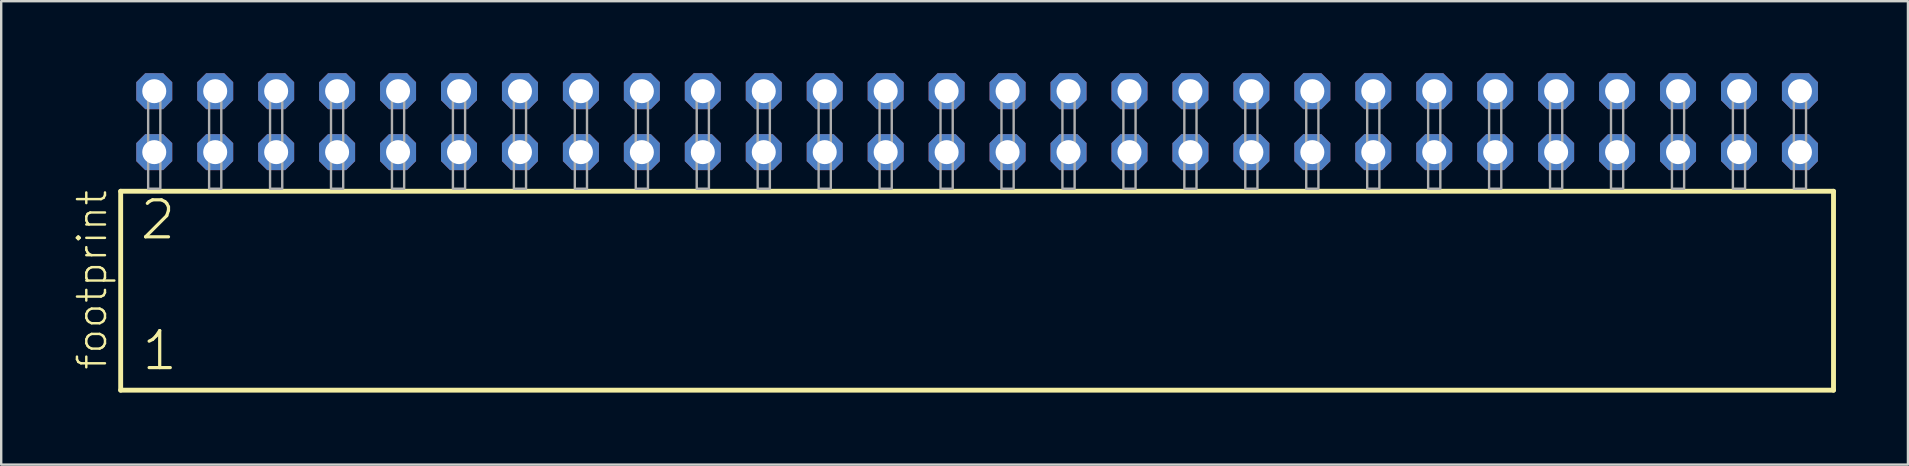
<source format=kicad_pcb>
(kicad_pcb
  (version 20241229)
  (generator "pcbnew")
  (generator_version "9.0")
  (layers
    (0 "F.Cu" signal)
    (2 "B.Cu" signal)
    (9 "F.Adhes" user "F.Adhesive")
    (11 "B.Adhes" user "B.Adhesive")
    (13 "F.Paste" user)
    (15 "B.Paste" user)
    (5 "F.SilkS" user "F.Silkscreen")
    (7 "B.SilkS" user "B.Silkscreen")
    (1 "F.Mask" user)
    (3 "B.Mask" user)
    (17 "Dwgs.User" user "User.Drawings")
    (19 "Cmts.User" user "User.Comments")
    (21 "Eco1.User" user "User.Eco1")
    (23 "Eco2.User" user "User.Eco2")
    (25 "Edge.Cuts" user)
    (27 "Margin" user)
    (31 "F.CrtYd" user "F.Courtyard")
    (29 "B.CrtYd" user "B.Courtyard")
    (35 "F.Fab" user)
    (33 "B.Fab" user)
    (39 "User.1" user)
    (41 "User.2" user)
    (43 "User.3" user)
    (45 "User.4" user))
  (footprint "footprint"
    (layer "F.Cu")
    (at 37.668 4.814)
    (property "Reference" "footprint" (at -36.195 7.62 90) (layer "F.SilkS") (effects (font (size 1.168 1.168) (thickness 0.102)) (justify left bottom)))
    (fp_line (start -35.689 0.106) (end -35.689 8.396) (stroke (width 0.203) (type solid)) (layer "F.SilkS"))
    (fp_line (start -35.689 8.396) (end 35.689 8.396) (stroke (width 0.203) (type solid)) (layer "F.SilkS"))
    (fp_line (start 35.689 0.106) (end -35.689 0.106) (stroke (width 0.203) (type solid)) (layer "F.SilkS"))
    (fp_line (start 35.689 8.396) (end 35.689 0.106) (stroke (width 0.203) (type solid)) (layer "F.SilkS"))
    (fp_poly (pts (xy -34.544 0) (xy -34.036 0) (xy -34.036 -4.318) (xy -34.544 -4.318)) (stroke (width 0.1) (type solid)) (fill no) (layer "F.Fab"))
    (fp_poly (pts (xy -32.004 0) (xy -31.496 0) (xy -31.496 -4.318) (xy -32.004 -4.318)) (stroke (width 0.1) (type solid)) (fill no) (layer "F.Fab"))
    (fp_poly (pts (xy -29.464 0) (xy -28.956 0) (xy -28.956 -4.318) (xy -29.464 -4.318)) (stroke (width 0.1) (type solid)) (fill no) (layer "F.Fab"))
    (fp_poly (pts (xy -26.924 0) (xy -26.416 0) (xy -26.416 -4.318) (xy -26.924 -4.318)) (stroke (width 0.1) (type solid)) (fill no) (layer "F.Fab"))
    (fp_poly (pts (xy -24.384 0) (xy -23.876 0) (xy -23.876 -4.318) (xy -24.384 -4.318)) (stroke (width 0.1) (type solid)) (fill no) (layer "F.Fab"))
    (fp_poly (pts (xy -21.844 0) (xy -21.336 0) (xy -21.336 -4.318) (xy -21.844 -4.318)) (stroke (width 0.1) (type solid)) (fill no) (layer "F.Fab"))
    (fp_poly (pts (xy -19.304 0) (xy -18.796 0) (xy -18.796 -4.318) (xy -19.304 -4.318)) (stroke (width 0.1) (type solid)) (fill no) (layer "F.Fab"))
    (fp_poly (pts (xy -16.764 0) (xy -16.256 0) (xy -16.256 -4.318) (xy -16.764 -4.318)) (stroke (width 0.1) (type solid)) (fill no) (layer "F.Fab"))
    (fp_poly (pts (xy -14.224 0) (xy -13.716 0) (xy -13.716 -4.318) (xy -14.224 -4.318)) (stroke (width 0.1) (type solid)) (fill no) (layer "F.Fab"))
    (fp_poly (pts (xy -11.684 0) (xy -11.176 0) (xy -11.176 -4.318) (xy -11.684 -4.318)) (stroke (width 0.1) (type solid)) (fill no) (layer "F.Fab"))
    (fp_poly (pts (xy -9.144 0) (xy -8.636 0) (xy -8.636 -4.318) (xy -9.144 -4.318)) (stroke (width 0.1) (type solid)) (fill no) (layer "F.Fab"))
    (fp_poly (pts (xy -6.604 0) (xy -6.096 0) (xy -6.096 -4.318) (xy -6.604 -4.318)) (stroke (width 0.1) (type solid)) (fill no) (layer "F.Fab"))
    (fp_poly (pts (xy -4.064 0) (xy -3.556 0) (xy -3.556 -4.318) (xy -4.064 -4.318)) (stroke (width 0.1) (type solid)) (fill no) (layer "F.Fab"))
    (fp_poly (pts (xy -1.524 0) (xy -1.016 0) (xy -1.016 -4.318) (xy -1.524 -4.318)) (stroke (width 0.1) (type solid)) (fill no) (layer "F.Fab"))
    (fp_poly (pts (xy 1.016 0) (xy 1.524 0) (xy 1.524 -4.318) (xy 1.016 -4.318)) (stroke (width 0.1) (type solid)) (fill no) (layer "F.Fab"))
    (fp_poly (pts (xy 3.556 0) (xy 4.064 0) (xy 4.064 -4.318) (xy 3.556 -4.318)) (stroke (width 0.1) (type solid)) (fill no) (layer "F.Fab"))
    (fp_poly (pts (xy 6.096 0) (xy 6.604 0) (xy 6.604 -4.318) (xy 6.096 -4.318)) (stroke (width 0.1) (type solid)) (fill no) (layer "F.Fab"))
    (fp_poly (pts (xy 8.636 0) (xy 9.144 0) (xy 9.144 -4.318) (xy 8.636 -4.318)) (stroke (width 0.1) (type solid)) (fill no) (layer "F.Fab"))
    (fp_poly (pts (xy 11.176 0) (xy 11.684 0) (xy 11.684 -4.318) (xy 11.176 -4.318)) (stroke (width 0.1) (type solid)) (fill no) (layer "F.Fab"))
    (fp_poly (pts (xy 13.716 0) (xy 14.224 0) (xy 14.224 -4.318) (xy 13.716 -4.318)) (stroke (width 0.1) (type solid)) (fill no) (layer "F.Fab"))
    (fp_poly (pts (xy 16.256 0) (xy 16.764 0) (xy 16.764 -4.318) (xy 16.256 -4.318)) (stroke (width 0.1) (type solid)) (fill no) (layer "F.Fab"))
    (fp_poly (pts (xy 18.796 0) (xy 19.304 0) (xy 19.304 -4.318) (xy 18.796 -4.318)) (stroke (width 0.1) (type solid)) (fill no) (layer "F.Fab"))
    (fp_poly (pts (xy 21.336 0) (xy 21.844 0) (xy 21.844 -4.318) (xy 21.336 -4.318)) (stroke (width 0.1) (type solid)) (fill no) (layer "F.Fab"))
    (fp_poly (pts (xy 23.876 0) (xy 24.384 0) (xy 24.384 -4.318) (xy 23.876 -4.318)) (stroke (width 0.1) (type solid)) (fill no) (layer "F.Fab"))
    (fp_poly (pts (xy 26.416 0) (xy 26.924 0) (xy 26.924 -4.318) (xy 26.416 -4.318)) (stroke (width 0.1) (type solid)) (fill no) (layer "F.Fab"))
    (fp_poly (pts (xy 28.956 0) (xy 29.464 0) (xy 29.464 -4.318) (xy 28.956 -4.318)) (stroke (width 0.1) (type solid)) (fill no) (layer "F.Fab"))
    (fp_poly (pts (xy 31.496 0) (xy 32.004 0) (xy 32.004 -4.318) (xy 31.496 -4.318)) (stroke (width 0.1) (type solid)) (fill no) (layer "F.Fab"))
    (fp_poly (pts (xy 34.036 0) (xy 34.544 0) (xy 34.544 -4.318) (xy 34.036 -4.318)) (stroke (width 0.1) (type solid)) (fill no) (layer "F.Fab"))
    (fp_text user "1" (at -34.885 7.65 0) (layer "F.SilkS") (effects (font (size 1.542 1.542) (thickness 0.134)) (justify left bottom)))
    (fp_text user "2" (at -34.96 2.2 0) (layer "F.SilkS") (effects (font (size 1.542 1.542) (thickness 0.134)) (justify left bottom)))
    (pad "1" thru_hole roundrect (at -34.29 -1.524) (size 1.5 1.5) (drill 1) (layers "*.Cu" "*.Mask") (roundrect_rratio 0.25) (chamfer_ratio 0.25) (chamfer top_left top_right bottom_left bottom_right))
    (pad "2" thru_hole roundrect (at -34.29 -4.064) (size 1.5 1.5) (drill 1) (layers "*.Cu" "*.Mask") (roundrect_rratio 0.25) (chamfer_ratio 0.25) (chamfer top_left top_right bottom_left bottom_right))
    (pad "3" thru_hole roundrect (at -31.75 -1.524) (size 1.5 1.5) (drill 1) (layers "*.Cu" "*.Mask") (roundrect_rratio 0.25) (chamfer_ratio 0.25) (chamfer top_left top_right bottom_left bottom_right))
    (pad "4" thru_hole roundrect (at -31.75 -4.064) (size 1.5 1.5) (drill 1) (layers "*.Cu" "*.Mask") (roundrect_rratio 0.25) (chamfer_ratio 0.25) (chamfer top_left top_right bottom_left bottom_right))
    (pad "5" thru_hole roundrect (at -29.21 -1.524) (size 1.5 1.5) (drill 1) (layers "*.Cu" "*.Mask") (roundrect_rratio 0.25) (chamfer_ratio 0.25) (chamfer top_left top_right bottom_left bottom_right))
    (pad "6" thru_hole roundrect (at -29.21 -4.064) (size 1.5 1.5) (drill 1) (layers "*.Cu" "*.Mask") (roundrect_rratio 0.25) (chamfer_ratio 0.25) (chamfer top_left top_right bottom_left bottom_right))
    (pad "7" thru_hole roundrect (at -26.67 -1.524) (size 1.5 1.5) (drill 1) (layers "*.Cu" "*.Mask") (roundrect_rratio 0.25) (chamfer_ratio 0.25) (chamfer top_left top_right bottom_left bottom_right))
    (pad "8" thru_hole roundrect (at -26.67 -4.064) (size 1.5 1.5) (drill 1) (layers "*.Cu" "*.Mask") (roundrect_rratio 0.25) (chamfer_ratio 0.25) (chamfer top_left top_right bottom_left bottom_right))
    (pad "9" thru_hole roundrect (at -24.13 -1.524) (size 1.5 1.5) (drill 1) (layers "*.Cu" "*.Mask") (roundrect_rratio 0.25) (chamfer_ratio 0.25) (chamfer top_left top_right bottom_left bottom_right))
    (pad "10" thru_hole roundrect (at -24.13 -4.064) (size 1.5 1.5) (drill 1) (layers "*.Cu" "*.Mask") (roundrect_rratio 0.25) (chamfer_ratio 0.25) (chamfer top_left top_right bottom_left bottom_right))
    (pad "11" thru_hole roundrect (at -21.59 -1.524) (size 1.5 1.5) (drill 1) (layers "*.Cu" "*.Mask") (roundrect_rratio 0.25) (chamfer_ratio 0.25) (chamfer top_left top_right bottom_left bottom_right))
    (pad "12" thru_hole roundrect (at -21.59 -4.064) (size 1.5 1.5) (drill 1) (layers "*.Cu" "*.Mask") (roundrect_rratio 0.25) (chamfer_ratio 0.25) (chamfer top_left top_right bottom_left bottom_right))
    (pad "13" thru_hole roundrect (at -19.05 -1.524) (size 1.5 1.5) (drill 1) (layers "*.Cu" "*.Mask") (roundrect_rratio 0.25) (chamfer_ratio 0.25) (chamfer top_left top_right bottom_left bottom_right))
    (pad "14" thru_hole roundrect (at -19.05 -4.064) (size 1.5 1.5) (drill 1) (layers "*.Cu" "*.Mask") (roundrect_rratio 0.25) (chamfer_ratio 0.25) (chamfer top_left top_right bottom_left bottom_right))
    (pad "15" thru_hole roundrect (at -16.51 -1.524) (size 1.5 1.5) (drill 1) (layers "*.Cu" "*.Mask") (roundrect_rratio 0.25) (chamfer_ratio 0.25) (chamfer top_left top_right bottom_left bottom_right))
    (pad "16" thru_hole roundrect (at -16.51 -4.064) (size 1.5 1.5) (drill 1) (layers "*.Cu" "*.Mask") (roundrect_rratio 0.25) (chamfer_ratio 0.25) (chamfer top_left top_right bottom_left bottom_right))
    (pad "17" thru_hole roundrect (at -13.97 -1.524) (size 1.5 1.5) (drill 1) (layers "*.Cu" "*.Mask") (roundrect_rratio 0.25) (chamfer_ratio 0.25) (chamfer top_left top_right bottom_left bottom_right))
    (pad "18" thru_hole roundrect (at -13.97 -4.064) (size 1.5 1.5) (drill 1) (layers "*.Cu" "*.Mask") (roundrect_rratio 0.25) (chamfer_ratio 0.25) (chamfer top_left top_right bottom_left bottom_right))
    (pad "19" thru_hole roundrect (at -11.43 -1.524) (size 1.5 1.5) (drill 1) (layers "*.Cu" "*.Mask") (roundrect_rratio 0.25) (chamfer_ratio 0.25) (chamfer top_left top_right bottom_left bottom_right))
    (pad "20" thru_hole roundrect (at -11.43 -4.064) (size 1.5 1.5) (drill 1) (layers "*.Cu" "*.Mask") (roundrect_rratio 0.25) (chamfer_ratio 0.25) (chamfer top_left top_right bottom_left bottom_right))
    (pad "21" thru_hole roundrect (at -8.89 -1.524) (size 1.5 1.5) (drill 1) (layers "*.Cu" "*.Mask") (roundrect_rratio 0.25) (chamfer_ratio 0.25) (chamfer top_left top_right bottom_left bottom_right))
    (pad "22" thru_hole roundrect (at -8.89 -4.064) (size 1.5 1.5) (drill 1) (layers "*.Cu" "*.Mask") (roundrect_rratio 0.25) (chamfer_ratio 0.25) (chamfer top_left top_right bottom_left bottom_right))
    (pad "23" thru_hole roundrect (at -6.35 -1.524) (size 1.5 1.5) (drill 1) (layers "*.Cu" "*.Mask") (roundrect_rratio 0.25) (chamfer_ratio 0.25) (chamfer top_left top_right bottom_left bottom_right))
    (pad "24" thru_hole roundrect (at -6.35 -4.064) (size 1.5 1.5) (drill 1) (layers "*.Cu" "*.Mask") (roundrect_rratio 0.25) (chamfer_ratio 0.25) (chamfer top_left top_right bottom_left bottom_right))
    (pad "25" thru_hole roundrect (at -3.81 -1.524) (size 1.5 1.5) (drill 1) (layers "*.Cu" "*.Mask") (roundrect_rratio 0.25) (chamfer_ratio 0.25) (chamfer top_left top_right bottom_left bottom_right))
    (pad "26" thru_hole roundrect (at -3.81 -4.064) (size 1.5 1.5) (drill 1) (layers "*.Cu" "*.Mask") (roundrect_rratio 0.25) (chamfer_ratio 0.25) (chamfer top_left top_right bottom_left bottom_right))
    (pad "27" thru_hole roundrect (at -1.27 -1.524) (size 1.5 1.5) (drill 1) (layers "*.Cu" "*.Mask") (roundrect_rratio 0.25) (chamfer_ratio 0.25) (chamfer top_left top_right bottom_left bottom_right))
    (pad "28" thru_hole roundrect (at -1.27 -4.064) (size 1.5 1.5) (drill 1) (layers "*.Cu" "*.Mask") (roundrect_rratio 0.25) (chamfer_ratio 0.25) (chamfer top_left top_right bottom_left bottom_right))
    (pad "29" thru_hole roundrect (at 1.27 -1.524) (size 1.5 1.5) (drill 1) (layers "*.Cu" "*.Mask") (roundrect_rratio 0.25) (chamfer_ratio 0.25) (chamfer top_left top_right bottom_left bottom_right))
    (pad "30" thru_hole roundrect (at 1.27 -4.064) (size 1.5 1.5) (drill 1) (layers "*.Cu" "*.Mask") (roundrect_rratio 0.25) (chamfer_ratio 0.25) (chamfer top_left top_right bottom_left bottom_right))
    (pad "31" thru_hole roundrect (at 3.81 -1.524) (size 1.5 1.5) (drill 1) (layers "*.Cu" "*.Mask") (roundrect_rratio 0.25) (chamfer_ratio 0.25) (chamfer top_left top_right bottom_left bottom_right))
    (pad "32" thru_hole roundrect (at 3.81 -4.064) (size 1.5 1.5) (drill 1) (layers "*.Cu" "*.Mask") (roundrect_rratio 0.25) (chamfer_ratio 0.25) (chamfer top_left top_right bottom_left bottom_right))
    (pad "33" thru_hole roundrect (at 6.35 -1.524) (size 1.5 1.5) (drill 1) (layers "*.Cu" "*.Mask") (roundrect_rratio 0.25) (chamfer_ratio 0.25) (chamfer top_left top_right bottom_left bottom_right))
    (pad "34" thru_hole roundrect (at 6.35 -4.064) (size 1.5 1.5) (drill 1) (layers "*.Cu" "*.Mask") (roundrect_rratio 0.25) (chamfer_ratio 0.25) (chamfer top_left top_right bottom_left bottom_right))
    (pad "35" thru_hole roundrect (at 8.89 -1.524) (size 1.5 1.5) (drill 1) (layers "*.Cu" "*.Mask") (roundrect_rratio 0.25) (chamfer_ratio 0.25) (chamfer top_left top_right bottom_left bottom_right))
    (pad "36" thru_hole roundrect (at 8.89 -4.064) (size 1.5 1.5) (drill 1) (layers "*.Cu" "*.Mask") (roundrect_rratio 0.25) (chamfer_ratio 0.25) (chamfer top_left top_right bottom_left bottom_right))
    (pad "37" thru_hole roundrect (at 11.43 -1.524) (size 1.5 1.5) (drill 1) (layers "*.Cu" "*.Mask") (roundrect_rratio 0.25) (chamfer_ratio 0.25) (chamfer top_left top_right bottom_left bottom_right))
    (pad "38" thru_hole roundrect (at 11.43 -4.064) (size 1.5 1.5) (drill 1) (layers "*.Cu" "*.Mask") (roundrect_rratio 0.25) (chamfer_ratio 0.25) (chamfer top_left top_right bottom_left bottom_right))
    (pad "39" thru_hole roundrect (at 13.97 -1.524) (size 1.5 1.5) (drill 1) (layers "*.Cu" "*.Mask") (roundrect_rratio 0.25) (chamfer_ratio 0.25) (chamfer top_left top_right bottom_left bottom_right))
    (pad "40" thru_hole roundrect (at 13.97 -4.064) (size 1.5 1.5) (drill 1) (layers "*.Cu" "*.Mask") (roundrect_rratio 0.25) (chamfer_ratio 0.25) (chamfer top_left top_right bottom_left bottom_right))
    (pad "41" thru_hole roundrect (at 16.51 -1.524) (size 1.5 1.5) (drill 1) (layers "*.Cu" "*.Mask") (roundrect_rratio 0.25) (chamfer_ratio 0.25) (chamfer top_left top_right bottom_left bottom_right))
    (pad "42" thru_hole roundrect (at 16.51 -4.064) (size 1.5 1.5) (drill 1) (layers "*.Cu" "*.Mask") (roundrect_rratio 0.25) (chamfer_ratio 0.25) (chamfer top_left top_right bottom_left bottom_right))
    (pad "43" thru_hole roundrect (at 19.05 -1.524) (size 1.5 1.5) (drill 1) (layers "*.Cu" "*.Mask") (roundrect_rratio 0.25) (chamfer_ratio 0.25) (chamfer top_left top_right bottom_left bottom_right))
    (pad "44" thru_hole roundrect (at 19.05 -4.064) (size 1.5 1.5) (drill 1) (layers "*.Cu" "*.Mask") (roundrect_rratio 0.25) (chamfer_ratio 0.25) (chamfer top_left top_right bottom_left bottom_right))
    (pad "45" thru_hole roundrect (at 21.59 -1.524) (size 1.5 1.5) (drill 1) (layers "*.Cu" "*.Mask") (roundrect_rratio 0.25) (chamfer_ratio 0.25) (chamfer top_left top_right bottom_left bottom_right))
    (pad "46" thru_hole roundrect (at 21.59 -4.064) (size 1.5 1.5) (drill 1) (layers "*.Cu" "*.Mask") (roundrect_rratio 0.25) (chamfer_ratio 0.25) (chamfer top_left top_right bottom_left bottom_right))
    (pad "47" thru_hole roundrect (at 24.13 -1.524) (size 1.5 1.5) (drill 1) (layers "*.Cu" "*.Mask") (roundrect_rratio 0.25) (chamfer_ratio 0.25) (chamfer top_left top_right bottom_left bottom_right))
    (pad "48" thru_hole roundrect (at 24.13 -4.064) (size 1.5 1.5) (drill 1) (layers "*.Cu" "*.Mask") (roundrect_rratio 0.25) (chamfer_ratio 0.25) (chamfer top_left top_right bottom_left bottom_right))
    (pad "49" thru_hole roundrect (at 26.67 -1.524) (size 1.5 1.5) (drill 1) (layers "*.Cu" "*.Mask") (roundrect_rratio 0.25) (chamfer_ratio 0.25) (chamfer top_left top_right bottom_left bottom_right))
    (pad "50" thru_hole roundrect (at 26.67 -4.064) (size 1.5 1.5) (drill 1) (layers "*.Cu" "*.Mask") (roundrect_rratio 0.25) (chamfer_ratio 0.25) (chamfer top_left top_right bottom_left bottom_right))
    (pad "51" thru_hole roundrect (at 29.21 -1.524) (size 1.5 1.5) (drill 1) (layers "*.Cu" "*.Mask") (roundrect_rratio 0.25) (chamfer_ratio 0.25) (chamfer top_left top_right bottom_left bottom_right))
    (pad "52" thru_hole roundrect (at 29.21 -4.064) (size 1.5 1.5) (drill 1) (layers "*.Cu" "*.Mask") (roundrect_rratio 0.25) (chamfer_ratio 0.25) (chamfer top_left top_right bottom_left bottom_right))
    (pad "53" thru_hole roundrect (at 31.75 -1.524) (size 1.5 1.5) (drill 1) (layers "*.Cu" "*.Mask") (roundrect_rratio 0.25) (chamfer_ratio 0.25) (chamfer top_left top_right bottom_left bottom_right))
    (pad "54" thru_hole roundrect (at 31.75 -4.064) (size 1.5 1.5) (drill 1) (layers "*.Cu" "*.Mask") (roundrect_rratio 0.25) (chamfer_ratio 0.25) (chamfer top_left top_right bottom_left bottom_right))
    (pad "55" thru_hole roundrect (at 34.29 -1.524) (size 1.5 1.5) (drill 1) (layers "*.Cu" "*.Mask") (roundrect_rratio 0.25) (chamfer_ratio 0.25) (chamfer top_left top_right bottom_left bottom_right))
    (pad "56" thru_hole roundrect (at 34.29 -4.064) (size 1.5 1.5) (drill 1) (layers "*.Cu" "*.Mask") (roundrect_rratio 0.25) (chamfer_ratio 0.25) (chamfer top_left top_right bottom_left bottom_right)))
  (gr_rect
    (start -3 -3)
    (end 76.459 16.312)
    (stroke (width 0.1) (type default))
    (fill no)
    (layer "Edge.Cuts")))
</source>
